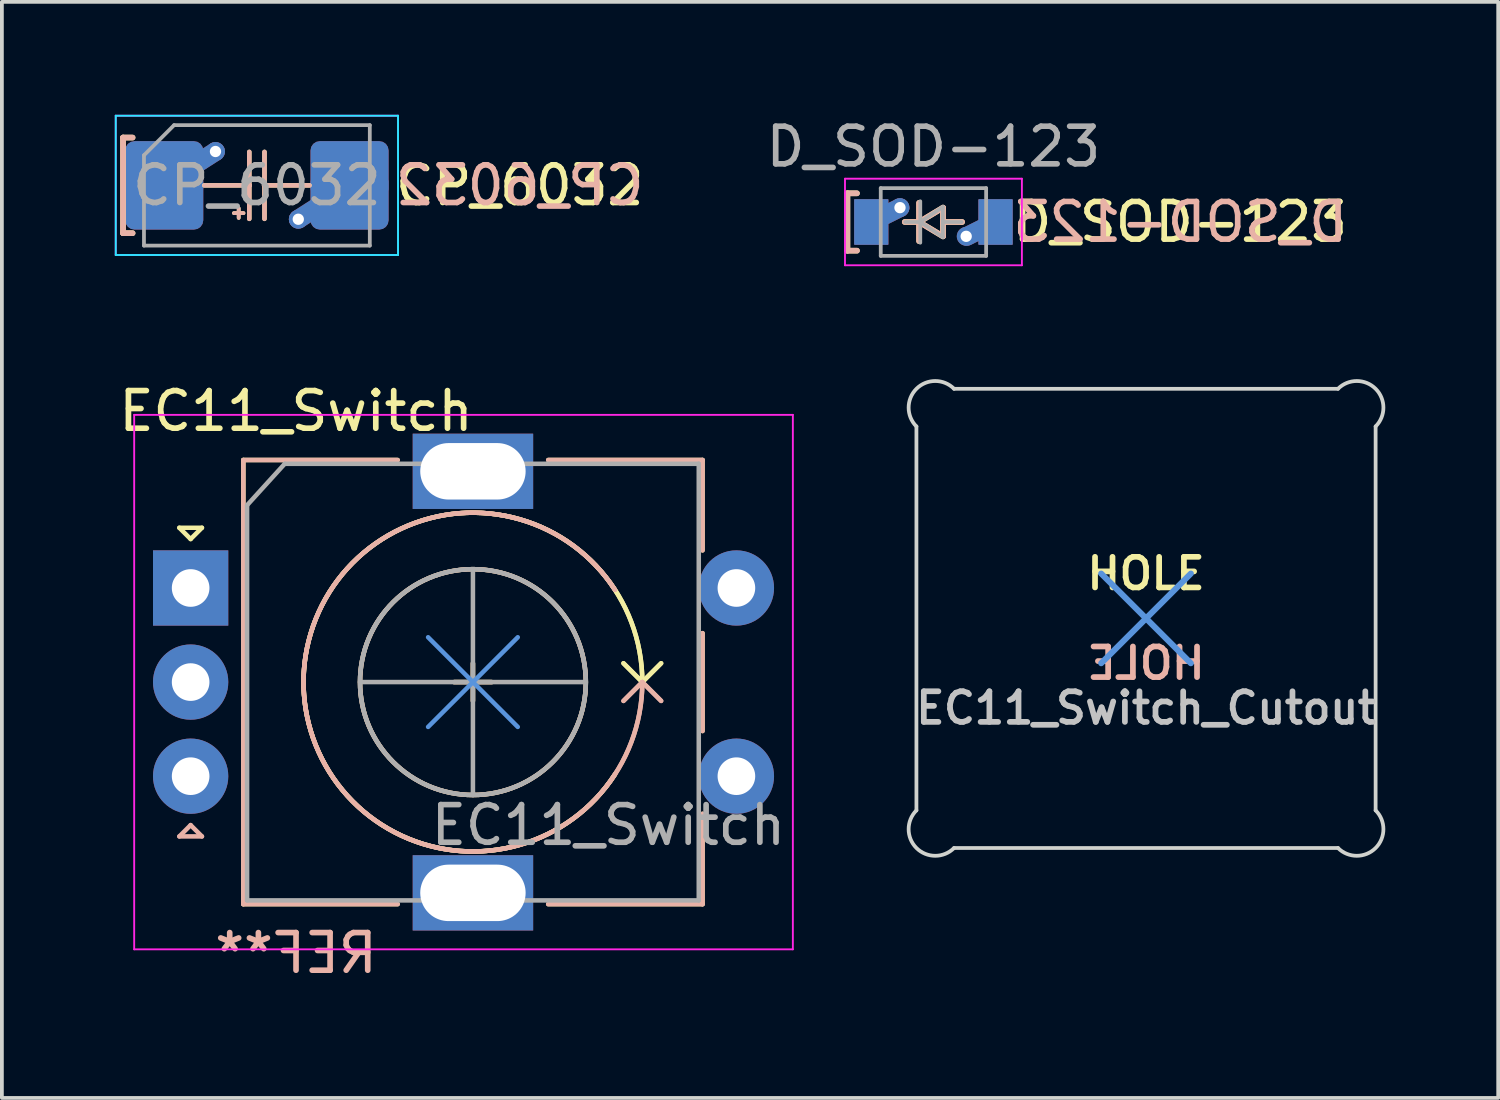
<source format=kicad_pcb>
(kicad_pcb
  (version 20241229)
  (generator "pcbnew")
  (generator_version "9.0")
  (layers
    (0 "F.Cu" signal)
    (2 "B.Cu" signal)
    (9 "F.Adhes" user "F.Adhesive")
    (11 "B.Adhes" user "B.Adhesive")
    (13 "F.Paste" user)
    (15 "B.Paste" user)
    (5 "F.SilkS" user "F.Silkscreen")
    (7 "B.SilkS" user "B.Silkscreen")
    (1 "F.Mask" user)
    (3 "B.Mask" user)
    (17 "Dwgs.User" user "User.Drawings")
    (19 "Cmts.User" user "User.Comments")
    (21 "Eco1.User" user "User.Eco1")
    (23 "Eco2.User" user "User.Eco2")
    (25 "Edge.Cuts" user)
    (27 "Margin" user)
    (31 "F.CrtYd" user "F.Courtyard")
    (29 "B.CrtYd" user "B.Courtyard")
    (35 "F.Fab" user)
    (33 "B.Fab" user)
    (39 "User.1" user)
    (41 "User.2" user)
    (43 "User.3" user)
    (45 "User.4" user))
  (footprint "EC11_Switch_Cutout"
    (layer "F.Cu")
    (at 27.398 13.38)
    (property "Reference" "EC11_Switch_Cutout" (at 0 2.381 0) (layer "Dwgs.User") (effects (font (size 0.813 0.813) (thickness 0.152))))
    (attr exclude_from_pos_files exclude_from_bom)
    (fp_line (start -1.191 -1.191) (end 1.191 1.191) (stroke (width 0.16) (type solid)) (layer "Cmts.User"))
    (fp_line (start -1.191 1.191) (end 1.191 -1.191) (stroke (width 0.16) (type solid)) (layer "Cmts.User"))
    (fp_line (start -6.1 5.1) (end -6.1 -5.1) (stroke (width 0.1) (type solid)) (layer "Edge.Cuts"))
    (fp_line (start -5.1 -6.1) (end 5.1 -6.1) (stroke (width 0.1) (type solid)) (layer "Edge.Cuts"))
    (fp_line (start 5.1 6.1) (end -5.1 6.1) (stroke (width 0.1) (type solid)) (layer "Edge.Cuts"))
    (fp_line (start 6.1 -5.1) (end 6.1 5.1) (stroke (width 0.1) (type solid)) (layer "Edge.Cuts"))
    (fp_arc (start -6.1 -5.1) (mid -6.1 -6.1) (end -5.1 -6.1) (stroke (width 0.1) (type solid)) (layer "Edge.Cuts"))
    (fp_arc (start -5.1 6.1) (mid -6.1 6.1) (end -6.1 5.1) (stroke (width 0.1) (type solid)) (layer "Edge.Cuts"))
    (fp_arc (start 5.1 -6.1) (mid 6.1 -6.1) (end 6.1 -5.1) (stroke (width 0.1) (type solid)) (layer "Edge.Cuts"))
    (fp_arc (start 6.1 5.1) (mid 6.1 6.1) (end 5.1 6.1) (stroke (width 0.1) (type solid)) (layer "Edge.Cuts"))
    (fp_text user "HOLE" (at 0 -1.191 0) (layer "F.SilkS") (effects (font (size 0.813 0.813) (thickness 0.152))))
    (fp_text user "HOLE" (at 0 1.191 0) (layer "B.SilkS") (effects (font (size 0.813 0.813) (thickness 0.152)) (justify mirror))))
  (footprint "CP_6032"
    (layer "F.Cu")
    (at 3.775 1.875)
    (property "Reference" "CP_6032" (at 3.6 0 0) (layer "F.SilkS") (effects (font (size 1 1) (thickness 0.15)) (justify left)))
    (attr smd)
    (fp_line (start -3.556 -1.27) (end -3.556 1.27) (stroke (width 0.15) (type solid)) (layer "F.SilkS"))
    (fp_line (start -3.556 1.27) (end -3.302 1.27) (stroke (width 0.15) (type solid)) (layer "F.SilkS"))
    (fp_line (start -3.302 -1.27) (end -3.556 -1.27) (stroke (width 0.15) (type solid)) (layer "F.SilkS"))
    (fp_line (start -0.483 0.61) (end -0.483 0.864) (stroke (width 0.1) (type solid)) (layer "F.SilkS"))
    (fp_line (start -0.356 0.737) (end -0.61 0.737) (stroke (width 0.1) (type solid)) (layer "F.SilkS"))
    (fp_line (start -0.202 -0.889) (end -0.202 0.889) (stroke (width 0.12) (type solid)) (layer "F.SilkS"))
    (fp_line (start -0.191 0) (end -1.397 0) (stroke (width 0.12) (type solid)) (layer "F.SilkS"))
    (fp_line (start 0.202 -0.889) (end 0.202 0.889) (stroke (width 0.12) (type solid)) (layer "F.SilkS"))
    (fp_line (start 1.397 0) (end 0.191 0) (stroke (width 0.12) (type solid)) (layer "F.SilkS"))
    (fp_line (start -3.556 -1.27) (end -3.556 1.27) (stroke (width 0.15) (type solid)) (layer "B.SilkS"))
    (fp_line (start -3.556 1.27) (end -3.302 1.27) (stroke (width 0.15) (type solid)) (layer "B.SilkS"))
    (fp_line (start -3.302 -1.27) (end -3.556 -1.27) (stroke (width 0.15) (type solid)) (layer "B.SilkS"))
    (fp_line (start -0.483 0.61) (end -0.483 0.864) (stroke (width 0.1) (type solid)) (layer "B.SilkS"))
    (fp_line (start -0.356 0.737) (end -0.61 0.737) (stroke (width 0.1) (type solid)) (layer "B.SilkS"))
    (fp_line (start -0.202 -0.889) (end -0.202 0.889) (stroke (width 0.12) (type solid)) (layer "B.SilkS"))
    (fp_line (start -0.191 0) (end -1.397 0) (stroke (width 0.12) (type solid)) (layer "B.SilkS"))
    (fp_line (start 0.202 -0.889) (end 0.202 0.889) (stroke (width 0.12) (type solid)) (layer "B.SilkS"))
    (fp_line (start 1.397 0) (end 0.191 0) (stroke (width 0.12) (type solid)) (layer "B.SilkS"))
    (fp_line (start -3.75 -1.85) (end 3.75 -1.85) (stroke (width 0.05) (type solid)) (layer "B.CrtYd"))
    (fp_line (start -3.75 1.85) (end -3.75 -1.85) (stroke (width 0.05) (type solid)) (layer "B.CrtYd"))
    (fp_line (start 3.75 -1.85) (end 3.75 1.85) (stroke (width 0.05) (type solid)) (layer "B.CrtYd"))
    (fp_line (start 3.75 1.85) (end -3.75 1.85) (stroke (width 0.05) (type solid)) (layer "B.CrtYd"))
    (fp_line (start -3.75 -1.85) (end 3.75 -1.85) (stroke (width 0.05) (type solid)) (layer "F.CrtYd"))
    (fp_line (start -3.75 1.85) (end -3.75 -1.85) (stroke (width 0.05) (type solid)) (layer "F.CrtYd"))
    (fp_line (start 3.75 -1.85) (end 3.75 1.85) (stroke (width 0.05) (type solid)) (layer "F.CrtYd"))
    (fp_line (start 3.75 1.85) (end -3.75 1.85) (stroke (width 0.05) (type solid)) (layer "F.CrtYd"))
    (fp_line (start -3 -0.8) (end -3 1.6) (stroke (width 0.1) (type solid)) (layer "F.Fab"))
    (fp_line (start -3 1.6) (end 3 1.6) (stroke (width 0.1) (type solid)) (layer "F.Fab"))
    (fp_line (start -2.2 -1.6) (end -3 -0.8) (stroke (width 0.1) (type solid)) (layer "F.Fab"))
    (fp_line (start 3 -1.6) (end -2.2 -1.6) (stroke (width 0.1) (type solid)) (layer "F.Fab"))
    (fp_line (start 3 1.6) (end 3 -1.6) (stroke (width 0.1) (type solid)) (layer "F.Fab"))
    (fp_text user "${REFERENCE}" (at 3.6 0 0) (layer "B.SilkS") (effects (font (size 1 1) (thickness 0.15)) (justify right mirror)))
    (fp_text user "${REFERENCE}" (at 0 0 0) (layer "F.Fab") (effects (font (size 1 1) (thickness 0.15))))
    (pad "1" smd custom (at -2.462 0) (size 2.075 2.075) (layers "F.Cu") (options (anchor circle)) (primitives (gr_line (start 1.363 -0.9) (end -0.037 0) (width 0.5))))
    (pad "1" smd custom (at -2.462 0) (size 2.075 2.075) (layers "B.Cu") (options (anchor circle)) (primitives (gr_line (start 1.363 -0.9) (end -0.037 0) (width 0.5))))
    (pad "1" smd roundrect (at -2.462 0) (size 2.075 2.35) (layers "F.Cu" "F.Mask" "F.Paste") (roundrect_rratio 0.12))
    (pad "1" smd roundrect (at -2.462 0) (size 2.075 2.35) (layers "B.Cu" "B.Mask" "B.Paste") (roundrect_rratio 0.12))
    (pad "1" thru_hole circle (at -1.1 -0.9) (size 0.5 0.5) (drill 0.3) (layers "*.Cu"))
    (pad "2" thru_hole circle (at 1.1 0.9) (size 0.5 0.5) (drill 0.3) (layers "*.Cu"))
    (pad "2" smd custom (at 2.462 0) (size 2.075 2.075) (layers "F.Cu") (options (anchor circle)) (primitives (gr_line (start 0.037 0) (end -1.363 0.9) (width 0.5))))
    (pad "2" smd custom (at 2.462 0) (size 2.075 2.075) (layers "B.Cu") (options (anchor circle)) (primitives (gr_line (start 0.037 0) (end -1.363 0.9) (width 0.5))))
    (pad "2" smd roundrect (at 2.462 0) (size 2.075 2.35) (layers "F.Cu" "F.Mask" "F.Paste") (roundrect_rratio 0.12))
    (pad "2" smd roundrect (at 2.462 0) (size 2.075 2.35) (layers "B.Cu" "B.Mask" "B.Paste") (roundrect_rratio 0.12)))
  (footprint "EC11_Switch"
    (layer "F.Cu")
    (at 9.515 15.072)
    (property "Reference" "EC11_Switch" (at -4.7 -7.2 0) (layer "F.SilkS") (effects (font (size 1 1) (thickness 0.15))))
    (attr through_hole)
    (fp_line (start -7.8 -4.1) (end -7.2 -4.1) (stroke (width 0.12) (type solid)) (layer "F.SilkS"))
    (fp_line (start -7.5 -3.8) (end -7.8 -4.1) (stroke (width 0.12) (type solid)) (layer "F.SilkS"))
    (fp_line (start -7.2 -4.1) (end -7.5 -3.8) (stroke (width 0.12) (type solid)) (layer "F.SilkS"))
    (fp_line (start -6.1 -5.9) (end -6.1 5.9) (stroke (width 0.12) (type solid)) (layer "F.SilkS"))
    (fp_line (start -2 -5.9) (end -6.1 -5.9) (stroke (width 0.12) (type solid)) (layer "F.SilkS"))
    (fp_line (start -2 5.9) (end -6.1 5.9) (stroke (width 0.12) (type solid)) (layer "F.SilkS"))
    (fp_line (start -0.5 0) (end 0.5 0) (stroke (width 0.12) (type solid)) (layer "F.SilkS"))
    (fp_line (start 0 -0.5) (end 0 0.5) (stroke (width 0.12) (type solid)) (layer "F.SilkS"))
    (fp_line (start 2 -5.9) (end 6.1 -5.9) (stroke (width 0.12) (type solid)) (layer "F.SilkS"))
    (fp_line (start 4.5 0) (end 4 -0.5) (stroke (width 0.12) (type solid)) (layer "F.SilkS"))
    (fp_line (start 4.5 0) (end 4 -0.5) (stroke (width 0.12) (type solid)) (layer "F.SilkS"))
    (fp_line (start 4.5 0) (end 5 -0.5) (stroke (width 0.12) (type solid)) (layer "F.SilkS"))
    (fp_line (start 4.5 0) (end 5 -0.5) (stroke (width 0.12) (type solid)) (layer "F.SilkS"))
    (fp_line (start 6.1 -5.9) (end 6.1 -3.5) (stroke (width 0.12) (type solid)) (layer "F.SilkS"))
    (fp_line (start 6.1 -1.3) (end 6.1 1.3) (stroke (width 0.12) (type solid)) (layer "F.SilkS"))
    (fp_line (start 6.1 3.5) (end 6.1 5.9) (stroke (width 0.12) (type solid)) (layer "F.SilkS"))
    (fp_line (start 6.1 5.9) (end 2 5.9) (stroke (width 0.12) (type solid)) (layer "F.SilkS"))
    (fp_arc (start 3.774018 2.450876) (mid -4.314689 -1.278069) (end 4.5 0) (stroke (width 0.12) (type solid)) (layer "F.SilkS"))
    (fp_arc (start 3.774018 2.450876) (mid -4.314689 -1.278069) (end 4.5 0) (stroke (width 0.12) (type solid)) (layer "F.SilkS"))
    (fp_circle (center 0 0) (end 3 0) (stroke (width 0.12) (type solid)) (fill no) (layer "F.SilkS"))
    (fp_line (start -7.8 4.1) (end -7.2 4.1) (stroke (width 0.12) (type solid)) (layer "B.SilkS"))
    (fp_line (start -7.5 3.8) (end -7.8 4.1) (stroke (width 0.12) (type solid)) (layer "B.SilkS"))
    (fp_line (start -7.2 4.1) (end -7.5 3.8) (stroke (width 0.12) (type solid)) (layer "B.SilkS"))
    (fp_line (start -6.1 5.9) (end -6.1 -5.9) (stroke (width 0.12) (type solid)) (layer "B.SilkS"))
    (fp_line (start -2 -5.9) (end -6.1 -5.9) (stroke (width 0.12) (type solid)) (layer "B.SilkS"))
    (fp_line (start -2 5.9) (end -6.1 5.9) (stroke (width 0.12) (type solid)) (layer "B.SilkS"))
    (fp_line (start -0.5 0) (end 0.5 0) (stroke (width 0.12) (type solid)) (layer "B.SilkS"))
    (fp_line (start 0 0.5) (end 0 -0.5) (stroke (width 0.12) (type solid)) (layer "B.SilkS"))
    (fp_line (start 2 5.9) (end 6.1 5.9) (stroke (width 0.12) (type solid)) (layer "B.SilkS"))
    (fp_line (start 4.5 0) (end 4 0.5) (stroke (width 0.12) (type solid)) (layer "B.SilkS"))
    (fp_line (start 4.5 0) (end 4 0.5) (stroke (width 0.12) (type solid)) (layer "B.SilkS"))
    (fp_line (start 4.5 0) (end 5 0.5) (stroke (width 0.12) (type solid)) (layer "B.SilkS"))
    (fp_line (start 4.5 0) (end 5 0.5) (stroke (width 0.12) (type solid)) (layer "B.SilkS"))
    (fp_line (start 6.1 -5.9) (end 2 -5.9) (stroke (width 0.12) (type solid)) (layer "B.SilkS"))
    (fp_line (start 6.1 -3.5) (end 6.1 -5.9) (stroke (width 0.12) (type solid)) (layer "B.SilkS"))
    (fp_line (start 6.1 1.3) (end 6.1 -1.3) (stroke (width 0.12) (type solid)) (layer "B.SilkS"))
    (fp_line (start 6.1 5.9) (end 6.1 3.5) (stroke (width 0.12) (type solid)) (layer "B.SilkS"))
    (fp_arc (start 4.5 0) (mid -4.314689 1.278069) (end 3.774018 -2.450876) (stroke (width 0.12) (type solid)) (layer "B.SilkS"))
    (fp_arc (start 4.5 0) (mid -4.314689 1.278069) (end 3.774018 -2.450876) (stroke (width 0.12) (type solid)) (layer "B.SilkS"))
    (fp_circle (center 0 0) (end -3 0) (stroke (width 0.12) (type solid)) (fill no) (layer "B.SilkS"))
    (fp_line (start -1.191 -1.191) (end 1.191 1.191) (stroke (width 0.12) (type solid)) (layer "Cmts.User"))
    (fp_line (start -1.191 1.191) (end 1.191 -1.191) (stroke (width 0.12) (type solid)) (layer "Cmts.User"))
    (fp_line (start -9 -7.1) (end -9 7.1) (stroke (width 0.05) (type solid)) (layer "F.CrtYd"))
    (fp_line (start -9 -7.1) (end 8.5 -7.1) (stroke (width 0.05) (type solid)) (layer "F.CrtYd"))
    (fp_line (start 8.5 7.1) (end -9 7.1) (stroke (width 0.05) (type solid)) (layer "F.CrtYd"))
    (fp_line (start 8.5 7.1) (end 8.5 -7.1) (stroke (width 0.05) (type solid)) (layer "F.CrtYd"))
    (fp_line (start -6 -4.7) (end -5 -5.8) (stroke (width 0.12) (type solid)) (layer "F.Fab"))
    (fp_line (start -6 5.8) (end -6 -4.7) (stroke (width 0.12) (type solid)) (layer "F.Fab"))
    (fp_line (start -5 -5.8) (end 6 -5.8) (stroke (width 0.12) (type solid)) (layer "F.Fab"))
    (fp_line (start -3 0) (end 3 0) (stroke (width 0.12) (type solid)) (layer "F.Fab"))
    (fp_line (start 0 -3) (end 0 3) (stroke (width 0.12) (type solid)) (layer "F.Fab"))
    (fp_line (start 6 -5.8) (end 6 5.8) (stroke (width 0.12) (type solid)) (layer "F.Fab"))
    (fp_line (start 6 5.8) (end -6 5.8) (stroke (width 0.12) (type solid)) (layer "F.Fab"))
    (fp_circle (center 0 0) (end 3 0) (stroke (width 0.12) (type solid)) (fill no) (layer "F.Fab"))
    (fp_text user "REF**" (at -4.7 7.2 180) (layer "B.SilkS") (effects (font (size 1 1) (thickness 0.15)) (justify mirror)))
    (fp_text user "${REFERENCE}" (at 3.6 3.8 0) (layer "F.Fab") (effects (font (size 1 1) (thickness 0.15))))
    (pad "A" thru_hole rect (at -7.5 -2.5) (size 2 2) (drill 1) (layers "*.Cu" "*.Mask"))
    (pad "B" thru_hole circle (at -7.5 2.5) (size 2 2) (drill 1) (layers "*.Cu" "*.Mask"))
    (pad "C" thru_hole circle (at -7.5 0) (size 2 2) (drill 1) (layers "*.Cu" "*.Mask"))
    (pad "MP" thru_hole rect (at 0 -5.6) (size 3.2 2) (drill oval 2.8 1.5) (layers "*.Cu" "*.Mask"))
    (pad "MP" thru_hole rect (at 0 5.6) (size 3.2 2) (drill oval 2.8 1.5) (layers "*.Cu" "*.Mask"))
    (pad "S1" thru_hole circle (at 7 2.5) (size 2 2) (drill 1) (layers "*.Cu" "*.Mask"))
    (pad "S2" thru_hole circle (at 7 -2.5) (size 2 2) (drill 1) (layers "*.Cu" "*.Mask")))
  (footprint "D_SOD-123"
    (layer "F.Cu")
    (at 21.75 2.848)
    (property "Reference" "D_SOD-123" (at 2.032 0 0) (layer "F.SilkS") (effects (font (size 1 1) (thickness 0.15)) (justify left)))
    (attr smd)
    (fp_line (start -2.286 -0.762) (end -2.286 0.762) (stroke (width 0.15) (type solid)) (layer "F.SilkS"))
    (fp_line (start -2.286 0.762) (end -2.032 0.762) (stroke (width 0.15) (type solid)) (layer "F.SilkS"))
    (fp_line (start -2.032 -0.762) (end -2.286 -0.762) (stroke (width 0.15) (type solid)) (layer "F.SilkS"))
    (fp_line (start -0.762 0) (end -0.381 0) (stroke (width 0.15) (type solid)) (layer "F.SilkS"))
    (fp_line (start -0.381 -0.508) (end -0.381 0.508) (stroke (width 0.15) (type solid)) (layer "F.SilkS"))
    (fp_line (start -0.381 0) (end 0.254 -0.381) (stroke (width 0.15) (type solid)) (layer "F.SilkS"))
    (fp_line (start 0.254 -0.381) (end 0.254 0.381) (stroke (width 0.15) (type solid)) (layer "F.SilkS"))
    (fp_line (start 0.254 0) (end 0.762 0) (stroke (width 0.15) (type solid)) (layer "F.SilkS"))
    (fp_line (start 0.254 0.381) (end -0.381 0) (stroke (width 0.15) (type solid)) (layer "F.SilkS"))
    (fp_line (start -2.286 -0.762) (end -2.286 0.762) (stroke (width 0.15) (type solid)) (layer "B.SilkS"))
    (fp_line (start -2.286 0.762) (end -2.032 0.762) (stroke (width 0.15) (type solid)) (layer "B.SilkS"))
    (fp_line (start -2.032 -0.762) (end -2.286 -0.762) (stroke (width 0.15) (type solid)) (layer "B.SilkS"))
    (fp_line (start -0.762 0) (end -0.381 0) (stroke (width 0.15) (type solid)) (layer "B.SilkS"))
    (fp_line (start -0.381 -0.508) (end -0.381 0.508) (stroke (width 0.15) (type solid)) (layer "B.SilkS"))
    (fp_line (start -0.381 0) (end 0.254 -0.381) (stroke (width 0.15) (type solid)) (layer "B.SilkS"))
    (fp_line (start 0.254 -0.381) (end 0.254 0.381) (stroke (width 0.15) (type solid)) (layer "B.SilkS"))
    (fp_line (start 0.254 0) (end 0.762 0) (stroke (width 0.15) (type solid)) (layer "B.SilkS"))
    (fp_line (start 0.254 0.381) (end -0.381 0) (stroke (width 0.15) (type solid)) (layer "B.SilkS"))
    (fp_line (start -2.35 -1.15) (end -2.35 1.15) (stroke (width 0.05) (type solid)) (layer "F.CrtYd"))
    (fp_line (start -2.35 -1.15) (end 2.35 -1.15) (stroke (width 0.05) (type solid)) (layer "F.CrtYd"))
    (fp_line (start 2.35 -1.15) (end 2.35 1.15) (stroke (width 0.05) (type solid)) (layer "F.CrtYd"))
    (fp_line (start 2.35 1.15) (end -2.35 1.15) (stroke (width 0.05) (type solid)) (layer "F.CrtYd"))
    (fp_line (start -1.4 -0.9) (end 1.4 -0.9) (stroke (width 0.1) (type solid)) (layer "F.Fab"))
    (fp_line (start -1.4 0.9) (end -1.4 -0.9) (stroke (width 0.1) (type solid)) (layer "F.Fab"))
    (fp_line (start -0.75 0) (end -0.35 0) (stroke (width 0.1) (type solid)) (layer "F.Fab"))
    (fp_line (start -0.35 0) (end -0.35 -0.55) (stroke (width 0.1) (type solid)) (layer "F.Fab"))
    (fp_line (start -0.35 0) (end -0.35 0.55) (stroke (width 0.1) (type solid)) (layer "F.Fab"))
    (fp_line (start -0.35 0) (end 0.25 -0.4) (stroke (width 0.1) (type solid)) (layer "F.Fab"))
    (fp_line (start 0.25 -0.4) (end 0.25 0.4) (stroke (width 0.1) (type solid)) (layer "F.Fab"))
    (fp_line (start 0.25 0) (end 0.75 0) (stroke (width 0.1) (type solid)) (layer "F.Fab"))
    (fp_line (start 0.25 0.4) (end -0.35 0) (stroke (width 0.1) (type solid)) (layer "F.Fab"))
    (fp_line (start 1.4 -0.9) (end 1.4 0.9) (stroke (width 0.1) (type solid)) (layer "F.Fab"))
    (fp_line (start 1.4 0.9) (end -1.4 0.9) (stroke (width 0.1) (type solid)) (layer "F.Fab"))
    (fp_text user "${REFERENCE}" (at 2.032 0 0) (layer "B.SilkS") (effects (font (size 1 1) (thickness 0.15)) (justify right mirror)))
    (fp_text user "${REFERENCE}" (at 0 -2 0) (layer "F.Fab") (effects (font (size 1 1) (thickness 0.15))))
    (pad "1" smd rect (at -1.651 0) (size 0.9 1.2) (layers "B.Cu" "B.Mask" "B.Paste"))
    (pad "1" smd custom (at -1.651 0) (size 0.9 1.2) (layers "F.Cu") (options (anchor rect)) (primitives (gr_line (start 0.762 -0.381) (end 0 0) (width 0.5))))
    (pad "1" smd custom (at -1.651 0) (size 0.9 1.2) (layers "B.Cu") (options (anchor rect)) (primitives (gr_line (start 0.762 -0.381) (end 0 0) (width 0.5))))
    (pad "1" smd rect (at -1.65 0) (size 0.9 1.2) (layers "F.Cu" "F.Mask" "F.Paste"))
    (pad "1" thru_hole circle (at -0.889 -0.381) (size 0.5 0.5) (drill 0.3) (layers "*.Cu"))
    (pad "2" thru_hole circle (at 0.87 0.381) (size 0.5 0.5) (drill 0.3) (layers "*.Cu"))
    (pad "2" smd rect (at 1.65 0) (size 0.9 1.2) (layers "F.Cu" "F.Mask" "F.Paste"))
    (pad "2" smd rect (at 1.65 0) (size 0.9 1.2) (layers "B.Cu" "B.Mask" "B.Paste"))
    (pad "2" smd custom (at 1.65 0) (size 0.9 1.2) (layers "F.Cu") (options (anchor rect)) (primitives (gr_line (start -0.761 0.381) (end 0.001 0) (width 0.5))))
    (pad "2" smd custom (at 1.65 0) (size 0.9 1.2) (layers "B.Cu") (options (anchor rect)) (primitives (gr_line (start -0.761 0.381) (end 0.001 0) (width 0.5)))))
  (gr_rect
    (start -3 -3)
    (end 36.755 26.12)
    (stroke (width 0.1) (type default))
    (fill no)
    (layer "Edge.Cuts")))
</source>
